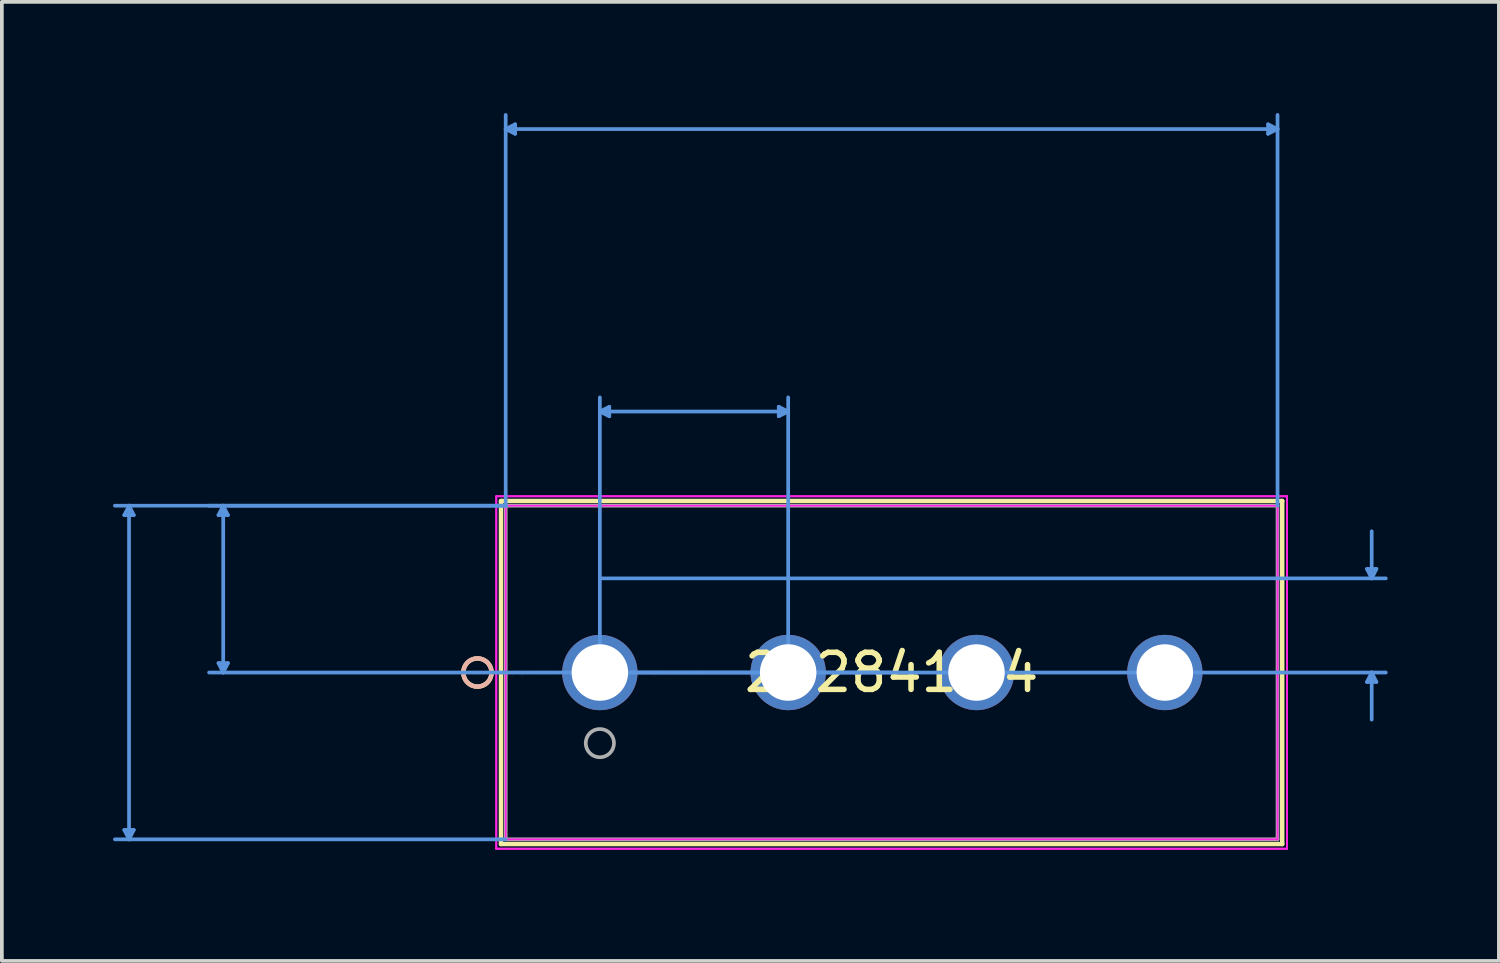
<source format=kicad_pcb>
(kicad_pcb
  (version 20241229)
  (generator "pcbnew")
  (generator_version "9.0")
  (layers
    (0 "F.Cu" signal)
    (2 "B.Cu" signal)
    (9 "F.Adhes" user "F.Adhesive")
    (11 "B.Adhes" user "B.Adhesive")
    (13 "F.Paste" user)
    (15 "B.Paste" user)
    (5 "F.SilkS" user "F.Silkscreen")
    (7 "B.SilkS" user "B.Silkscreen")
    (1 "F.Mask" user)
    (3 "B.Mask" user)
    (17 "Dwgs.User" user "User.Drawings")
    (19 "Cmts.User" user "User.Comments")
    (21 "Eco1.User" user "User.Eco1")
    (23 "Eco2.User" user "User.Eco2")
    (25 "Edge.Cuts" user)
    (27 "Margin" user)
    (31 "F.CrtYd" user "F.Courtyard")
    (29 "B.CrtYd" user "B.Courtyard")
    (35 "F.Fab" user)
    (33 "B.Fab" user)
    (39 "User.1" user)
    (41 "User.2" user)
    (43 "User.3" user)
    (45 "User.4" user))
  (footprint "282841-4"
    (layer "F.Cu")
    (at 13.131 15.091)
    (property "Reference" "282841-4" (at 7.87 0 0) (layer "F.SilkS") (effects (font (size 1 1) (thickness 0.15))))
    (attr through_hole)
    (fp_line (start -2.667 -4.627) (end -2.667 4.627) (stroke (width 0.12) (type solid)) (layer "F.SilkS"))
    (fp_line (start -2.667 4.627) (end 18.407 4.627) (stroke (width 0.12) (type solid)) (layer "F.SilkS"))
    (fp_line (start 18.407 -4.627) (end -2.667 -4.627) (stroke (width 0.12) (type solid)) (layer "F.SilkS"))
    (fp_line (start 18.407 4.627) (end 18.407 -4.627) (stroke (width 0.12) (type solid)) (layer "F.SilkS"))
    (fp_circle (center -3.302 0) (end -2.921 0) (stroke (width 0.12) (type solid)) (fill no) (layer "F.SilkS"))
    (fp_circle (center -3.302 0) (end -2.921 0) (stroke (width 0.12) (type solid)) (fill no) (layer "B.SilkS"))
    (fp_line (start -12.827 -4.246) (end -12.573 -4.246) (stroke (width 0.1) (type solid)) (layer "Cmts.User"))
    (fp_line (start -12.827 4.246) (end -12.573 4.246) (stroke (width 0.1) (type solid)) (layer "Cmts.User"))
    (fp_line (start -12.7 -4.5) (end -12.827 -4.246) (stroke (width 0.1) (type solid)) (layer "Cmts.User"))
    (fp_line (start -12.7 -4.5) (end -12.7 4.5) (stroke (width 0.1) (type solid)) (layer "Cmts.User"))
    (fp_line (start -12.7 -4.5) (end -12.573 -4.246) (stroke (width 0.1) (type solid)) (layer "Cmts.User"))
    (fp_line (start -12.7 4.5) (end -12.827 4.246) (stroke (width 0.1) (type solid)) (layer "Cmts.User"))
    (fp_line (start -12.7 4.5) (end -12.573 4.246) (stroke (width 0.1) (type solid)) (layer "Cmts.User"))
    (fp_line (start -10.287 -4.246) (end -10.033 -4.246) (stroke (width 0.1) (type solid)) (layer "Cmts.User"))
    (fp_line (start -10.287 -0.254) (end -10.033 -0.254) (stroke (width 0.1) (type solid)) (layer "Cmts.User"))
    (fp_line (start -10.16 -4.5) (end -10.287 -4.246) (stroke (width 0.1) (type solid)) (layer "Cmts.User"))
    (fp_line (start -10.16 -4.5) (end -10.16 0) (stroke (width 0.1) (type solid)) (layer "Cmts.User"))
    (fp_line (start -10.16 -4.5) (end -10.033 -4.246) (stroke (width 0.1) (type solid)) (layer "Cmts.User"))
    (fp_line (start -10.16 0) (end -10.287 -0.254) (stroke (width 0.1) (type solid)) (layer "Cmts.User"))
    (fp_line (start -10.16 0) (end -10.033 -0.254) (stroke (width 0.1) (type solid)) (layer "Cmts.User"))
    (fp_line (start -2.54 -14.66) (end -2.286 -14.787) (stroke (width 0.1) (type solid)) (layer "Cmts.User"))
    (fp_line (start -2.54 -14.66) (end -2.286 -14.533) (stroke (width 0.1) (type solid)) (layer "Cmts.User"))
    (fp_line (start -2.54 -14.66) (end 18.28 -14.66) (stroke (width 0.1) (type solid)) (layer "Cmts.User"))
    (fp_line (start -2.54 -4.5) (end -13.081 -4.5) (stroke (width 0.1) (type solid)) (layer "Cmts.User"))
    (fp_line (start -2.54 -4.5) (end -10.541 -4.5) (stroke (width 0.1) (type solid)) (layer "Cmts.User"))
    (fp_line (start -2.54 -4.5) (end -2.54 -15.041) (stroke (width 0.1) (type solid)) (layer "Cmts.User"))
    (fp_line (start -2.54 4.5) (end -13.081 4.5) (stroke (width 0.1) (type solid)) (layer "Cmts.User"))
    (fp_line (start -2.286 -14.787) (end -2.286 -14.533) (stroke (width 0.1) (type solid)) (layer "Cmts.User"))
    (fp_line (start 0 -7.04) (end 0.254 -7.167) (stroke (width 0.1) (type solid)) (layer "Cmts.User"))
    (fp_line (start 0 -7.04) (end 0.254 -6.913) (stroke (width 0.1) (type solid)) (layer "Cmts.User"))
    (fp_line (start 0 -7.04) (end 5.08 -7.04) (stroke (width 0.1) (type solid)) (layer "Cmts.User"))
    (fp_line (start 0 -2.54) (end 21.201 -2.54) (stroke (width 0.1) (type solid)) (layer "Cmts.User"))
    (fp_line (start 0 0) (end 0 -7.421) (stroke (width 0.1) (type solid)) (layer "Cmts.User"))
    (fp_line (start 0 0) (end 21.201 0) (stroke (width 0.1) (type solid)) (layer "Cmts.User"))
    (fp_line (start 0.254 -7.167) (end 0.254 -6.913) (stroke (width 0.1) (type solid)) (layer "Cmts.User"))
    (fp_line (start 4.826 -7.167) (end 4.826 -6.913) (stroke (width 0.1) (type solid)) (layer "Cmts.User"))
    (fp_line (start 5.08 -7.04) (end 4.826 -7.167) (stroke (width 0.1) (type solid)) (layer "Cmts.User"))
    (fp_line (start 5.08 -7.04) (end 4.826 -6.913) (stroke (width 0.1) (type solid)) (layer "Cmts.User"))
    (fp_line (start 5.08 0) (end 5.08 -7.421) (stroke (width 0.1) (type solid)) (layer "Cmts.User"))
    (fp_line (start 7.87 0) (end -10.541 0) (stroke (width 0.1) (type solid)) (layer "Cmts.User"))
    (fp_line (start 18.026 -14.787) (end 18.026 -14.533) (stroke (width 0.1) (type solid)) (layer "Cmts.User"))
    (fp_line (start 18.28 -14.66) (end 18.026 -14.787) (stroke (width 0.1) (type solid)) (layer "Cmts.User"))
    (fp_line (start 18.28 -14.66) (end 18.026 -14.533) (stroke (width 0.1) (type solid)) (layer "Cmts.User"))
    (fp_line (start 18.28 -4.5) (end 18.28 -15.041) (stroke (width 0.1) (type solid)) (layer "Cmts.User"))
    (fp_line (start 20.693 -2.794) (end 20.947 -2.794) (stroke (width 0.1) (type solid)) (layer "Cmts.User"))
    (fp_line (start 20.693 0.254) (end 20.947 0.254) (stroke (width 0.1) (type solid)) (layer "Cmts.User"))
    (fp_line (start 20.82 -2.54) (end 20.693 -2.794) (stroke (width 0.1) (type solid)) (layer "Cmts.User"))
    (fp_line (start 20.82 -2.54) (end 20.82 -3.81) (stroke (width 0.1) (type solid)) (layer "Cmts.User"))
    (fp_line (start 20.82 -2.54) (end 20.947 -2.794) (stroke (width 0.1) (type solid)) (layer "Cmts.User"))
    (fp_line (start 20.82 0) (end 20.693 0.254) (stroke (width 0.1) (type solid)) (layer "Cmts.User"))
    (fp_line (start 20.82 0) (end 20.82 1.27) (stroke (width 0.1) (type solid)) (layer "Cmts.User"))
    (fp_line (start 20.82 0) (end 20.947 0.254) (stroke (width 0.1) (type solid)) (layer "Cmts.User"))
    (fp_line (start -2.794 -4.754) (end -2.794 4.754) (stroke (width 0.05) (type solid)) (layer "F.CrtYd"))
    (fp_line (start -2.794 -4.754) (end -2.794 4.754) (stroke (width 0.05) (type solid)) (layer "F.CrtYd"))
    (fp_line (start -2.794 4.754) (end 18.534 4.754) (stroke (width 0.05) (type solid)) (layer "F.CrtYd"))
    (fp_line (start -2.794 4.754) (end 18.534 4.754) (stroke (width 0.05) (type solid)) (layer "F.CrtYd"))
    (fp_line (start -2.54 -4.5) (end -2.54 4.5) (stroke (width 0.05) (type solid)) (layer "F.CrtYd"))
    (fp_line (start -2.54 4.5) (end 18.28 4.5) (stroke (width 0.05) (type solid)) (layer "F.CrtYd"))
    (fp_line (start 18.28 -4.5) (end -2.54 -4.5) (stroke (width 0.05) (type solid)) (layer "F.CrtYd"))
    (fp_line (start 18.28 4.5) (end 18.28 -4.5) (stroke (width 0.05) (type solid)) (layer "F.CrtYd"))
    (fp_line (start 18.534 -4.754) (end -2.794 -4.754) (stroke (width 0.05) (type solid)) (layer "F.CrtYd"))
    (fp_line (start 18.534 -4.754) (end -2.794 -4.754) (stroke (width 0.05) (type solid)) (layer "F.CrtYd"))
    (fp_line (start 18.534 4.754) (end 18.534 -4.754) (stroke (width 0.05) (type solid)) (layer "F.CrtYd"))
    (fp_line (start 18.534 4.754) (end 18.534 -4.754) (stroke (width 0.05) (type solid)) (layer "F.CrtYd"))
    (fp_line (start -2.54 -4.5) (end -2.54 4.5) (stroke (width 0.1) (type solid)) (layer "F.Fab"))
    (fp_line (start -2.54 4.5) (end 18.28 4.5) (stroke (width 0.1) (type solid)) (layer "F.Fab"))
    (fp_line (start 18.28 -4.5) (end -2.54 -4.5) (stroke (width 0.1) (type solid)) (layer "F.Fab"))
    (fp_line (start 18.28 4.5) (end 18.28 -4.5) (stroke (width 0.1) (type solid)) (layer "F.Fab"))
    (fp_circle (center 0 1.905) (end 0.381 1.905) (stroke (width 0.1) (type solid)) (fill no) (layer "F.Fab"))
    (fp_text user "*" (at 0 0 0) (layer "F.SilkS") (effects (font (size 1 1) (thickness 0.15))))
    (fp_text user "Copyright 2021 Accelerated Designs. All rights reserved." (at 0 0 0) (layer "Cmts.User") (effects (font (size 0.127 0.127) (thickness 0.002))))
    (fp_text user "*" (at 0 0 0) (layer "F.Fab") (effects (font (size 1 1) (thickness 0.15))))
    (pad "1" thru_hole circle (at 0 0) (size 2.032 2.032) (drill 1.524) (layers "*.Cu" "*.Mask"))
    (pad "2" thru_hole circle (at 5.08 0) (size 2.032 2.032) (drill 1.524) (layers "*.Cu" "*.Mask"))
    (pad "3" thru_hole circle (at 10.16 0) (size 2.032 2.032) (drill 1.524) (layers "*.Cu" "*.Mask"))
    (pad "4" thru_hole circle (at 15.24 0) (size 2.032 2.032) (drill 1.524) (layers "*.Cu" "*.Mask")))
  (gr_rect
    (start -3 -3)
    (end 37.382 22.87)
    (stroke (width 0.1) (type default))
    (fill no)
    (layer "Edge.Cuts")))
</source>
